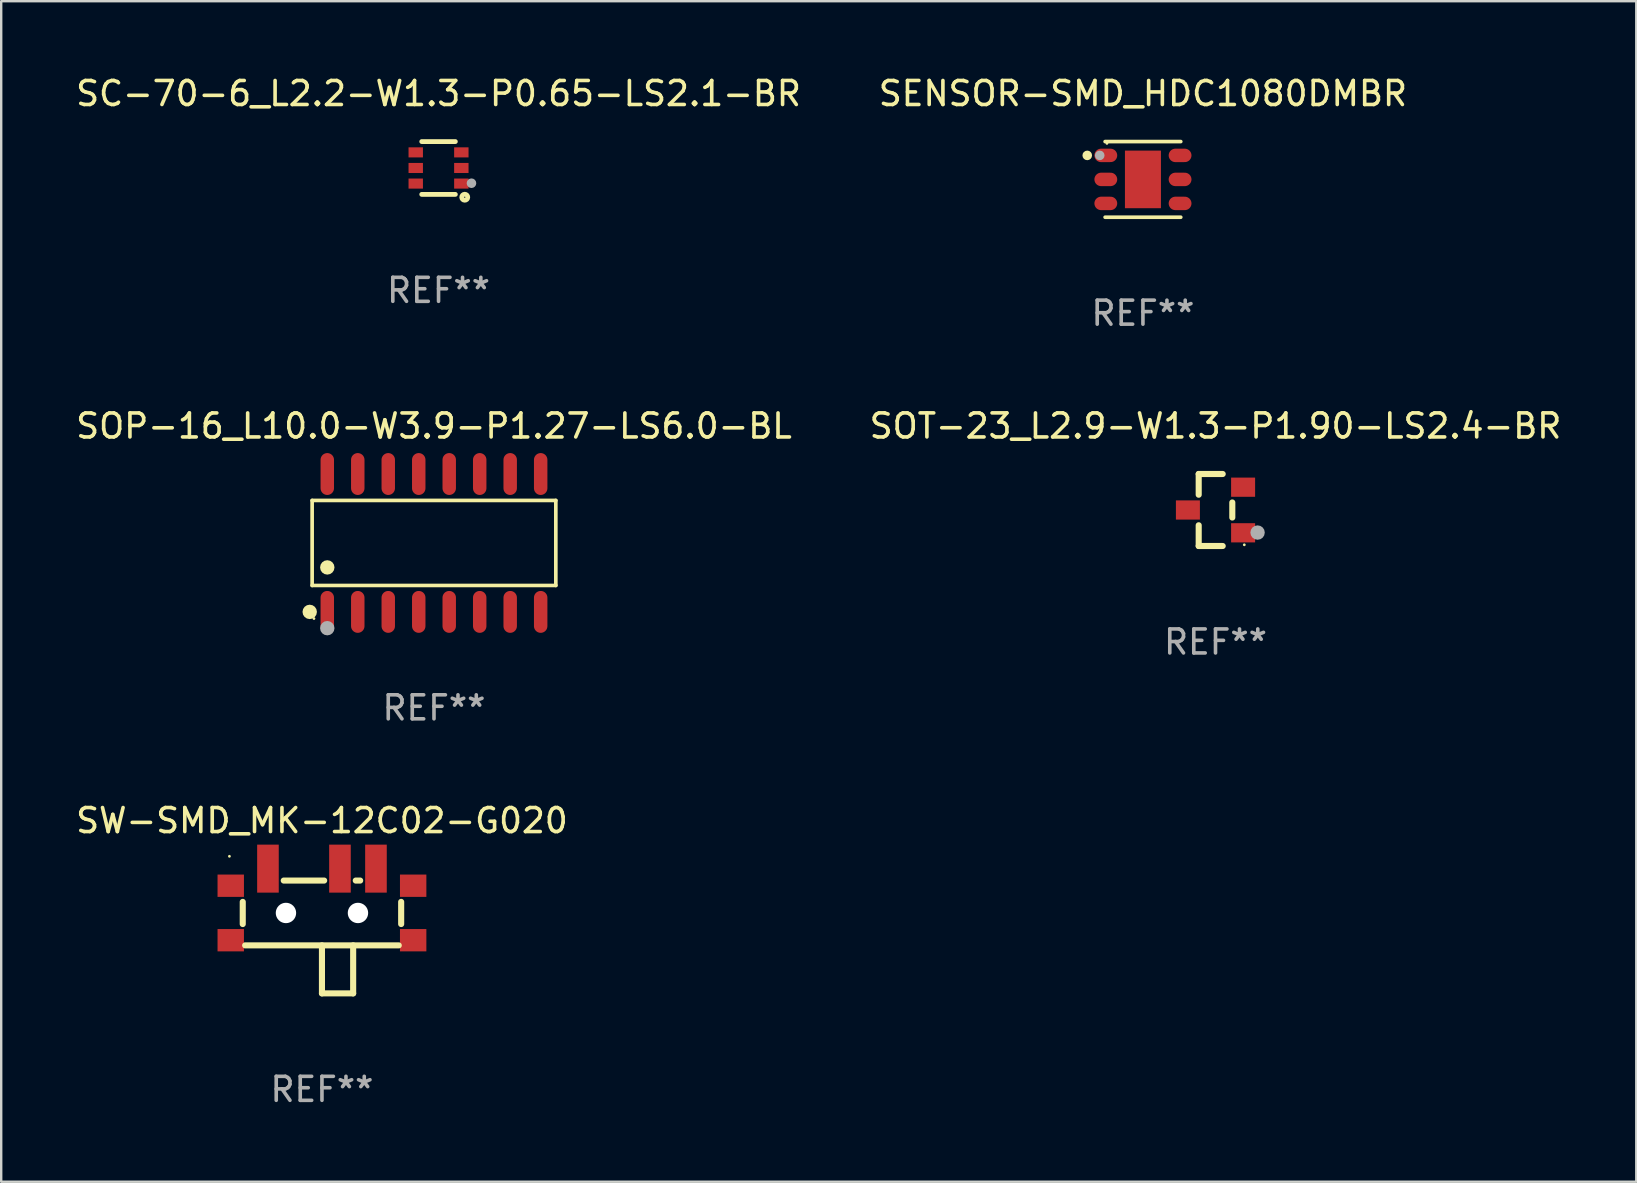
<source format=kicad_pcb>
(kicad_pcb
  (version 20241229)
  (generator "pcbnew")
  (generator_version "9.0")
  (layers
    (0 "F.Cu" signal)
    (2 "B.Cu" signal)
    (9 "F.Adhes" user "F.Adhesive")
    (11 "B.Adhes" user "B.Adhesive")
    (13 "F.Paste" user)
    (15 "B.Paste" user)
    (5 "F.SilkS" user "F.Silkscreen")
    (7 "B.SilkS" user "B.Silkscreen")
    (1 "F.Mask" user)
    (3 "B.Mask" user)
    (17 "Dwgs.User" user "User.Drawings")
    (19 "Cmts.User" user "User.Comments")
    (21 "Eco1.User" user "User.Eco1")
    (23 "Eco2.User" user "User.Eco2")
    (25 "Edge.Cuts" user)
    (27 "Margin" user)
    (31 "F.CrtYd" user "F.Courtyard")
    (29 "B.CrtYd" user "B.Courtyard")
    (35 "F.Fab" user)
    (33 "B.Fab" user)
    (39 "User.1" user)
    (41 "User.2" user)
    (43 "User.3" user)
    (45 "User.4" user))
  (footprint "SENSOR-SMD_HDC1080DMBR"
    (layer "F.Cu")
    (at 44.566 4.424)
    (property "Reference" "SENSOR-SMD_HDC1080DMBR" (at -0.000127 -3.576 0) (layer "F.SilkS") (effects (font (size 1 1) (thickness 0.15))))
    (attr smd)
    (fp_line (start -1.576 -1.576) (end 1.576 -1.576) (stroke (width 0.152) (type solid)) (layer "F.SilkS"))
    (fp_line (start -1.576 1.576) (end 1.576 1.576) (stroke (width 0.152) (type solid)) (layer "F.SilkS"))
    (fp_circle (center -2.32 -1) (end -2.22 -1) (stroke (width 0.2) (type solid)) (fill no) (layer "F.SilkS"))
    (fp_circle (center -1.5 -1.5) (end -1.47 -1.5) (stroke (width 0.06) (type solid)) (fill no) (layer "F.SilkS"))
    (fp_circle (center -1.8 -1) (end -1.7 -1) (stroke (width 0.2) (type solid)) (fill no) (layer "F.Fab"))
    (fp_text user "REF**" (at -0.000127 5.576 0) (layer "F.Fab") (effects (font (size 1 1) (thickness 0.15))))
    (pad "1" smd oval (at -1.547 -1) (size 0.95 0.56) (layers "F.Cu" "F.Mask" "F.Paste"))
    (pad "2" smd oval (at -1.547 0) (size 0.95 0.56) (layers "F.Cu" "F.Mask" "F.Paste"))
    (pad "3" smd oval (at -1.547 1) (size 0.95 0.56) (layers "F.Cu" "F.Mask" "F.Paste"))
    (pad "4" smd oval (at 1.547 1) (size 0.95 0.56) (layers "F.Cu" "F.Mask" "F.Paste"))
    (pad "5" smd oval (at 1.547 0) (size 0.95 0.56) (layers "F.Cu" "F.Mask" "F.Paste"))
    (pad "6" smd oval (at 1.547 -1) (size 0.95 0.56) (layers "F.Cu" "F.Mask" "F.Paste"))
    (pad "7" smd rect (at -0.000127 0) (size 1.5 2.4) (layers "F.Cu" "F.Mask" "F.Paste")))
  (footprint "SOT-23_L2.9-W1.3-P1.90-LS2.4-BR"
    (layer "F.Cu")
    (at 47.589 18.197)
    (property "Reference" "SOT-23_L2.9-W1.3-P1.90-LS2.4-BR" (at 0 -3.5 0) (layer "F.SilkS") (effects (font (size 1 1) (thickness 0.15))))
    (attr smd)
    (fp_line (start -0.7 -1.5) (end 0.3 -1.5) (stroke (width 0.254) (type solid)) (layer "F.SilkS"))
    (fp_line (start -0.7 -0.636) (end -0.7 -1.5) (stroke (width 0.254) (type solid)) (layer "F.SilkS"))
    (fp_line (start -0.7 1.5) (end -0.7 0.636) (stroke (width 0.254) (type solid)) (layer "F.SilkS"))
    (fp_line (start -0.7 1.5) (end 0.3 1.5) (stroke (width 0.254) (type solid)) (layer "F.SilkS"))
    (fp_line (start 0.7 0.314) (end 0.7 -0.314) (stroke (width 0.254) (type solid)) (layer "F.SilkS"))
    (fp_circle (center 1.2 1.45) (end 1.23 1.45) (stroke (width 0.06) (type solid)) (fill no) (layer "F.SilkS"))
    (fp_circle (center 1.753 0.94) (end 1.903 0.94) (stroke (width 0.3) (type solid)) (fill no) (layer "F.Fab"))
    (fp_text user "REF**" (at 0 5.5 0) (layer "F.Fab") (effects (font (size 1 1) (thickness 0.15))))
    (pad "1" smd rect (at 1.15 0.95 180) (size 1 0.8) (layers "F.Cu" "F.Mask" "F.Paste"))
    (pad "2" smd rect (at 1.15 -0.95 180) (size 1 0.8) (layers "F.Cu" "F.Mask" "F.Paste"))
    (pad "3" smd rect (at -1.15 -0.000051 180) (size 1 0.8) (layers "F.Cu" "F.Mask" "F.Paste")))
  (footprint "SW-SMD_MK-12C02-G020"
    (layer "F.Cu")
    (at 10.363 34.629)
    (property "Reference" "SW-SMD_MK-12C02-G020" (at 0 -3.491 0) (layer "F.SilkS") (effects (font (size 1 1) (thickness 0.15))))
    (attr smd)
    (fp_line (start -3.3 0.818) (end -3.3 -0.106) (stroke (width 0.254) (type solid)) (layer "F.SilkS"))
    (fp_line (start -0.000127 3.706) (end -0.000127 1.706) (stroke (width 0.254) (type solid)) (layer "F.SilkS"))
    (fp_line (start 0.092 -0.994) (end -1.592 -0.994) (stroke (width 0.254) (type solid)) (layer "F.SilkS"))
    (fp_line (start 1.3 1.706) (end 1.3 3.706) (stroke (width 0.254) (type solid)) (layer "F.SilkS"))
    (fp_line (start 1.3 3.706) (end -0.000127 3.706) (stroke (width 0.254) (type solid)) (layer "F.SilkS"))
    (fp_line (start 1.592 -0.994) (end 1.408 -0.994) (stroke (width 0.254) (type solid)) (layer "F.SilkS"))
    (fp_line (start 3.2 1.706) (end -3.2 1.706) (stroke (width 0.254) (type solid)) (layer "F.SilkS"))
    (fp_line (start 3.3 0.818) (end 3.3 -0.106) (stroke (width 0.254) (type solid)) (layer "F.SilkS"))
    (fp_circle (center -3.855 -2.005) (end -3.825 -2.005) (stroke (width 0.06) (type solid)) (fill no) (layer "F.SilkS"))
    (fp_circle (center -1.5 0.356) (end -1.337 0.356) (stroke (width 0.325) (type solid)) (fill no) (layer "F.Fab"))
    (fp_circle (center 1.5 0.356) (end 1.663 0.356) (stroke (width 0.325) (type solid)) (fill no) (layer "F.Fab"))
    (fp_text user "REF**" (at 0 7.706 0) (layer "F.Fab") (effects (font (size 1 1) (thickness 0.15))))
    (pad "" np_thru_hole circle (at -1.5 0.356) (size 0.85 0.85) (drill 0.85) (layers "*.Cu" "*.Mask"))
    (pad "" np_thru_hole circle (at 1.5 0.356) (size 0.85 0.85) (drill 0.85) (layers "*.Cu" "*.Mask"))
    (pad "1" smd rect (at -2.25 -1.491) (size 0.9 2) (layers "F.Cu" "F.Mask" "F.Paste"))
    (pad "2" smd rect (at 0.75 -1.491) (size 0.9 2) (layers "F.Cu" "F.Mask" "F.Paste"))
    (pad "3" smd rect (at 2.25 -1.491) (size 0.9 2) (layers "F.Cu" "F.Mask" "F.Paste"))
    (pad "4" smd rect (at 3.8 -0.779) (size 1.1 0.93) (layers "F.Cu" "F.Mask" "F.Paste"))
    (pad "5" smd rect (at 3.8 1.491) (size 1.1 0.93) (layers "F.Cu" "F.Mask" "F.Paste"))
    (pad "6" smd rect (at -3.8 1.491) (size 1.1 0.93) (layers "F.Cu" "F.Mask" "F.Paste"))
    (pad "7" smd rect (at -3.8 -0.779 180) (size 1.1 0.93) (layers "F.Cu" "F.Mask" "F.Paste")))
  (footprint "SOP-16_L10.0-W3.9-P1.27-LS6.0-BL"
    (layer "F.Cu")
    (at 15.03 19.57)
    (property "Reference" "SOP-16_L10.0-W3.9-P1.27-LS6.0-BL" (at 0 -4.872 0) (layer "F.SilkS") (effects (font (size 1 1) (thickness 0.15))))
    (attr smd)
    (fp_line (start -5.076 -1.771) (end 5.076 -1.771) (stroke (width 0.152) (type solid)) (layer "F.SilkS"))
    (fp_line (start -5.076 1.771) (end -5.076 -1.771) (stroke (width 0.152) (type solid)) (layer "F.SilkS"))
    (fp_line (start 5.076 -1.771) (end 5.076 1.771) (stroke (width 0.152) (type solid)) (layer "F.SilkS"))
    (fp_line (start 5.076 1.771) (end -5.076 1.771) (stroke (width 0.152) (type solid)) (layer "F.SilkS"))
    (fp_circle (center -5.177 2.872) (end -5.027 2.872) (stroke (width 0.3) (type solid)) (fill no) (layer "F.SilkS"))
    (fp_circle (center -5 3.15) (end -4.97 3.15) (stroke (width 0.06) (type solid)) (fill no) (layer "F.SilkS"))
    (fp_circle (center -4.445 1.019) (end -4.295 1.019) (stroke (width 0.3) (type solid)) (fill no) (layer "F.SilkS"))
    (fp_circle (center -4.445 3.55) (end -4.295 3.55) (stroke (width 0.3) (type solid)) (fill no) (layer "F.Fab"))
    (fp_text user "REF**" (at 0 6.872 0) (layer "F.Fab") (effects (font (size 1 1) (thickness 0.15))))
    (pad "1" smd oval (at -4.445 2.872) (size 0.56 1.745) (layers "F.Cu" "F.Mask" "F.Paste"))
    (pad "2" smd oval (at -3.175 2.872) (size 0.56 1.745) (layers "F.Cu" "F.Mask" "F.Paste"))
    (pad "3" smd oval (at -1.905 2.872) (size 0.56 1.745) (layers "F.Cu" "F.Mask" "F.Paste"))
    (pad "4" smd oval (at -0.635 2.872) (size 0.56 1.745) (layers "F.Cu" "F.Mask" "F.Paste"))
    (pad "5" smd oval (at 0.635 2.872) (size 0.56 1.745) (layers "F.Cu" "F.Mask" "F.Paste"))
    (pad "6" smd oval (at 1.905 2.872) (size 0.56 1.745) (layers "F.Cu" "F.Mask" "F.Paste"))
    (pad "7" smd oval (at 3.175 2.872) (size 0.56 1.745) (layers "F.Cu" "F.Mask" "F.Paste"))
    (pad "8" smd oval (at 4.445 2.872) (size 0.56 1.745) (layers "F.Cu" "F.Mask" "F.Paste"))
    (pad "9" smd oval (at 4.445 -2.872) (size 0.56 1.745) (layers "F.Cu" "F.Mask" "F.Paste"))
    (pad "10" smd oval (at 3.175 -2.872) (size 0.56 1.745) (layers "F.Cu" "F.Mask" "F.Paste"))
    (pad "11" smd oval (at 1.905 -2.872) (size 0.56 1.745) (layers "F.Cu" "F.Mask" "F.Paste"))
    (pad "12" smd oval (at 0.635 -2.872) (size 0.56 1.745) (layers "F.Cu" "F.Mask" "F.Paste"))
    (pad "13" smd oval (at -0.635 -2.872) (size 0.56 1.745) (layers "F.Cu" "F.Mask" "F.Paste"))
    (pad "14" smd oval (at -1.905 -2.872) (size 0.56 1.745) (layers "F.Cu" "F.Mask" "F.Paste"))
    (pad "15" smd oval (at -3.175 -2.872) (size 0.56 1.745) (layers "F.Cu" "F.Mask" "F.Paste"))
    (pad "16" smd oval (at -4.445 -2.872) (size 0.56 1.745) (layers "F.Cu" "F.Mask" "F.Paste")))
  (footprint "SC-70-6_L2.2-W1.3-P0.65-LS2.1-BR"
    (layer "F.Cu")
    (at 15.22 3.948)
    (property "Reference" "SC-70-6_L2.2-W1.3-P0.65-LS2.1-BR" (at 0 -3.1 0) (layer "F.SilkS") (effects (font (size 1 1) (thickness 0.15))))
    (attr smd)
    (fp_line (start -0.7 -1.1) (end 0.7 -1.1) (stroke (width 0.2) (type solid)) (layer "F.SilkS"))
    (fp_line (start -0.7 1.1) (end 0.7 1.1) (stroke (width 0.2) (type solid)) (layer "F.SilkS"))
    (fp_arc (start 1.093472 1.094209) (mid 1.092182 1.344189) (end 1.090972 1.094209) (stroke (width 0.2) (type solid)) (layer "F.SilkS"))
    (fp_circle (center 1.053 1.1) (end 1.083 1.1) (stroke (width 0.06) (type solid)) (fill no) (layer "F.SilkS"))
    (fp_circle (center 1.372 0.635) (end 1.472 0.635) (stroke (width 0.2) (type solid)) (fill no) (layer "F.Fab"))
    (fp_text user "REF**" (at 0 5.1 0) (layer "F.Fab") (effects (font (size 1 1) (thickness 0.15))))
    (pad "1" smd rect (at 0.95 0.65 90) (size 0.42 0.6) (layers "F.Cu" "F.Mask" "F.Paste"))
    (pad "2" smd rect (at 0.95 0 90) (size 0.42 0.6) (layers "F.Cu" "F.Mask" "F.Paste"))
    (pad "3" smd rect (at 0.95 -0.65 90) (size 0.42 0.6) (layers "F.Cu" "F.Mask" "F.Paste"))
    (pad "4" smd rect (at -0.95 -0.65 270) (size 0.42 0.6) (layers "F.Cu" "F.Mask" "F.Paste"))
    (pad "5" smd rect (at -0.95 0 270) (size 0.42 0.6) (layers "F.Cu" "F.Mask" "F.Paste"))
    (pad "6" smd rect (at -0.95 0.65 270) (size 0.42 0.6) (layers "F.Cu" "F.Mask" "F.Paste")))
  (gr_rect
    (start -3 -3)
    (end 65.119 46.183)
    (stroke (width 0.1) (type default))
    (fill no)
    (layer "Edge.Cuts")))
</source>
